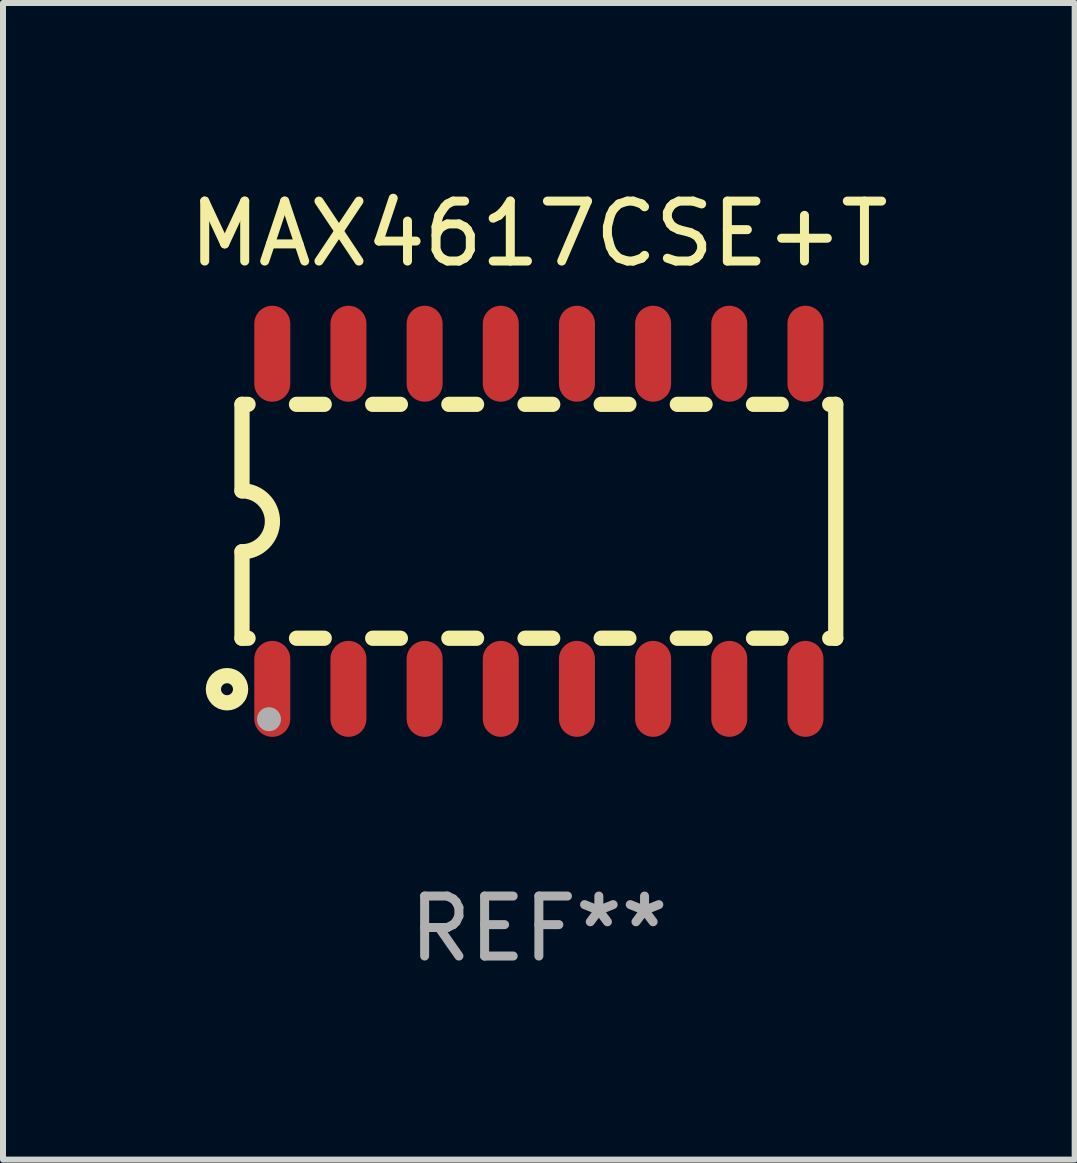
<source format=kicad_pcb>
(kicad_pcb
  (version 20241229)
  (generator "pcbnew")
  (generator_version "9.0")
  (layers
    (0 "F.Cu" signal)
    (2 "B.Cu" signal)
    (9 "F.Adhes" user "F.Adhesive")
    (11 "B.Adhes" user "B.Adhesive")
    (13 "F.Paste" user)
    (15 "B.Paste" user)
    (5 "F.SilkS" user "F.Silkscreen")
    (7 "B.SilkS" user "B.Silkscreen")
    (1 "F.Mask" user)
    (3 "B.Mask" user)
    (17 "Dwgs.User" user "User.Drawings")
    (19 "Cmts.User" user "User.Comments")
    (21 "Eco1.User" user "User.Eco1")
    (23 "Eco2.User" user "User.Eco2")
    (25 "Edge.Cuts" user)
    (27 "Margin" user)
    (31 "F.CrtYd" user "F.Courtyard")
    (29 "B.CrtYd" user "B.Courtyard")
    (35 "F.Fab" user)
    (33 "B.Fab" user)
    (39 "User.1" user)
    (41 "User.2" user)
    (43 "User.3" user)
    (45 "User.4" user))
  (footprint "MAX4617CSE+T"
    (layer "F.Cu")
    (at 5.935 5.642)
    (property "Reference" "MAX4617CSE+T" (at 0 -4.794 0) (layer "F.SilkS") (effects (font (size 1 1) (thickness 0.15))))
    (attr through_hole)
    (fp_line (start -4.95 -1.95) (end -4.95 -0.508) (stroke (width 0.254) (type solid)) (layer "F.SilkS"))
    (fp_line (start -4.95 -1.95) (end -4.849 -1.95) (stroke (width 0.254) (type solid)) (layer "F.SilkS"))
    (fp_line (start -4.95 1.95) (end -4.95 0.508) (stroke (width 0.254) (type solid)) (layer "F.SilkS"))
    (fp_line (start -4.95 1.95) (end -4.849 1.95) (stroke (width 0.254) (type solid)) (layer "F.SilkS"))
    (fp_line (start -4.041 -1.95) (end -3.579 -1.95) (stroke (width 0.254) (type solid)) (layer "F.SilkS"))
    (fp_line (start -4.041 1.95) (end -3.579 1.95) (stroke (width 0.254) (type solid)) (layer "F.SilkS"))
    (fp_line (start -2.771 -1.95) (end -2.309 -1.95) (stroke (width 0.254) (type solid)) (layer "F.SilkS"))
    (fp_line (start -2.771 1.95) (end -2.309 1.95) (stroke (width 0.254) (type solid)) (layer "F.SilkS"))
    (fp_line (start -1.501 -1.95) (end -1.039 -1.95) (stroke (width 0.254) (type solid)) (layer "F.SilkS"))
    (fp_line (start -1.501 1.95) (end -1.039 1.95) (stroke (width 0.254) (type solid)) (layer "F.SilkS"))
    (fp_line (start -0.231 -1.95) (end 0.231 -1.95) (stroke (width 0.254) (type solid)) (layer "F.SilkS"))
    (fp_line (start -0.231 1.95) (end 0.231 1.95) (stroke (width 0.254) (type solid)) (layer "F.SilkS"))
    (fp_line (start 1.039 -1.95) (end 1.501 -1.95) (stroke (width 0.254) (type solid)) (layer "F.SilkS"))
    (fp_line (start 1.039 1.95) (end 1.501 1.95) (stroke (width 0.254) (type solid)) (layer "F.SilkS"))
    (fp_line (start 2.309 -1.95) (end 2.771 -1.95) (stroke (width 0.254) (type solid)) (layer "F.SilkS"))
    (fp_line (start 2.309 1.95) (end 2.771 1.95) (stroke (width 0.254) (type solid)) (layer "F.SilkS"))
    (fp_line (start 3.579 -1.95) (end 4.041 -1.95) (stroke (width 0.254) (type solid)) (layer "F.SilkS"))
    (fp_line (start 3.579 1.95) (end 4.041 1.95) (stroke (width 0.254) (type solid)) (layer "F.SilkS"))
    (fp_line (start 4.849 -1.95) (end 4.95 -1.95) (stroke (width 0.254) (type solid)) (layer "F.SilkS"))
    (fp_line (start 4.849 1.95) (end 4.95 1.95) (stroke (width 0.254) (type solid)) (layer "F.SilkS"))
    (fp_line (start 4.95 -1.95) (end 4.95 1.95) (stroke (width 0.254) (type solid)) (layer "F.SilkS"))
    (fp_arc (start -4.95047 -0.508001) (mid -4.442469 -0.000228) (end -4.950013 0.508001) (stroke (width 0.254001) (type solid)) (layer "F.SilkS"))
    (fp_circle (center -5.2 2.8) (end -5.1 2.8) (stroke (width 0.254) (type solid)) (fill no) (layer "F.SilkS"))
    (fp_circle (center -4.95 2.947) (end -4.92 2.947) (stroke (width 0.06) (type solid)) (fill no) (layer "F.SilkS"))
    (fp_circle (center -4.5 3.3) (end -4.4 3.3) (stroke (width 0.2) (type solid)) (fill no) (layer "F.Fab"))
    (fp_text user "REF**" (at 0 6.794 0) (layer "F.Fab") (effects (font (size 1 1) (thickness 0.15))))
    (pad "1" smd oval (at -4.445 2.794) (size 0.6 1.6) (layers "F.Cu" "F.Mask" "F.Paste"))
    (pad "2" smd oval (at -3.175 2.794) (size 0.6 1.6) (layers "F.Cu" "F.Mask" "F.Paste"))
    (pad "3" smd oval (at -1.905 2.794) (size 0.6 1.6) (layers "F.Cu" "F.Mask" "F.Paste"))
    (pad "4" smd oval (at -0.635 2.794) (size 0.6 1.6) (layers "F.Cu" "F.Mask" "F.Paste"))
    (pad "5" smd oval (at 0.635 2.794) (size 0.6 1.6) (layers "F.Cu" "F.Mask" "F.Paste"))
    (pad "6" smd oval (at 1.905 2.794) (size 0.6 1.6) (layers "F.Cu" "F.Mask" "F.Paste"))
    (pad "7" smd oval (at 3.175 2.794) (size 0.6 1.6) (layers "F.Cu" "F.Mask" "F.Paste"))
    (pad "8" smd oval (at 4.445 2.794) (size 0.6 1.6) (layers "F.Cu" "F.Mask" "F.Paste"))
    (pad "9" smd oval (at 4.445 -2.794) (size 0.6 1.6) (layers "F.Cu" "F.Mask" "F.Paste"))
    (pad "10" smd oval (at 3.175 -2.794) (size 0.6 1.6) (layers "F.Cu" "F.Mask" "F.Paste"))
    (pad "11" smd oval (at 1.905 -2.794) (size 0.6 1.6) (layers "F.Cu" "F.Mask" "F.Paste"))
    (pad "12" smd oval (at 0.635 -2.794) (size 0.6 1.6) (layers "F.Cu" "F.Mask" "F.Paste"))
    (pad "13" smd oval (at -0.635 -2.794) (size 0.6 1.6) (layers "F.Cu" "F.Mask" "F.Paste"))
    (pad "14" smd oval (at -1.905 -2.794) (size 0.6 1.6) (layers "F.Cu" "F.Mask" "F.Paste"))
    (pad "15" smd oval (at -3.175 -2.794) (size 0.6 1.6) (layers "F.Cu" "F.Mask" "F.Paste"))
    (pad "16" smd oval (at -4.445 -2.794) (size 0.6 1.6) (layers "F.Cu" "F.Mask" "F.Paste")))
  (gr_rect
    (start -3 -3)
    (end 14.869 16.285)
    (stroke (width 0.1) (type default))
    (fill no)
    (layer "Edge.Cuts")))
</source>
